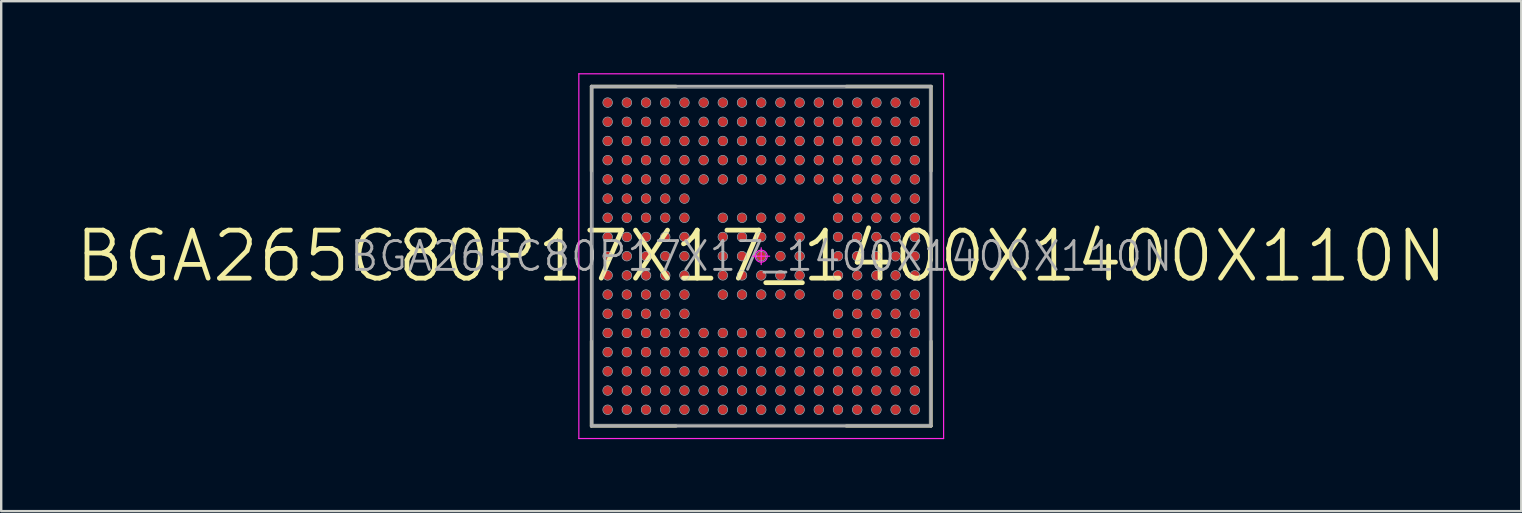
<source format=kicad_pcb>
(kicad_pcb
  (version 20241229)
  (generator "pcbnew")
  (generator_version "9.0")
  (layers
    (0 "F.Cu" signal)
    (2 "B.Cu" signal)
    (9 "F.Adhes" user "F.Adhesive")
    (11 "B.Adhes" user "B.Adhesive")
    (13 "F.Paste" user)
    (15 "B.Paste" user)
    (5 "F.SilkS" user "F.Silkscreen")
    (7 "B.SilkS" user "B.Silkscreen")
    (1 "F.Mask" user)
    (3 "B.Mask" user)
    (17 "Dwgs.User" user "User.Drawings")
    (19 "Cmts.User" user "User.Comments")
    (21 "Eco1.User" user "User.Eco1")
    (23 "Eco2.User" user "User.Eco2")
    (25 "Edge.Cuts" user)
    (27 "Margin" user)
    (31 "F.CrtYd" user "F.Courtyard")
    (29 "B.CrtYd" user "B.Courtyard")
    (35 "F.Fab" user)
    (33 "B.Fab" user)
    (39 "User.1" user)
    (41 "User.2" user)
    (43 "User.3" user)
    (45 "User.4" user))
  (footprint "BGA265C80P17X17_1400X1400X110N"
    (layer "F.Cu")
    (at 28.671 7.625)
    (property "Reference" "BGA265C80P17X17_1400X1400X110N" (at 0 0 0) (layer "F.Fab") (effects (font (size 1.2 1.2) (thickness 0.12))))
    (attr smd)
    (fp_line (start -7.08 -7.08) (end -7.08 -3.54) (stroke (width 0.12) (type solid)) (layer "F.SilkS"))
    (fp_line (start -7.08 7.08) (end -7.08 3.54) (stroke (width 0.12) (type solid)) (layer "F.SilkS"))
    (fp_line (start -3.54 -7.08) (end -7.08 -7.08) (stroke (width 0.12) (type solid)) (layer "F.SilkS"))
    (fp_line (start -3.54 7.08) (end -7.08 7.08) (stroke (width 0.12) (type solid)) (layer "F.SilkS"))
    (fp_line (start 3.54 -7.08) (end 7.08 -7.08) (stroke (width 0.12) (type solid)) (layer "F.SilkS"))
    (fp_line (start 3.54 7.08) (end 7.08 7.08) (stroke (width 0.12) (type solid)) (layer "F.SilkS"))
    (fp_line (start 7.08 -7.08) (end 7.08 -3.54) (stroke (width 0.12) (type solid)) (layer "F.SilkS"))
    (fp_line (start 7.08 7.08) (end 7.08 3.54) (stroke (width 0.12) (type solid)) (layer "F.SilkS"))
    (fp_line (start -7 -7) (end 7 -7) (stroke (width 0.025) (type solid)) (layer "Dwgs.User"))
    (fp_line (start -7 7) (end -7 -7) (stroke (width 0.025) (type solid)) (layer "Dwgs.User"))
    (fp_line (start 7 -7) (end 7 7) (stroke (width 0.025) (type solid)) (layer "Dwgs.User"))
    (fp_line (start 7 7) (end -7 7) (stroke (width 0.025) (type solid)) (layer "Dwgs.User"))
    (fp_circle (center -6.4 -6.4) (end -6.4 -6.2) (stroke (width 0.025) (type solid)) (fill no) (layer "Dwgs.User"))
    (fp_circle (center -6.4 -5.6) (end -6.4 -5.4) (stroke (width 0.025) (type solid)) (fill no) (layer "Dwgs.User"))
    (fp_circle (center -6.4 -4.8) (end -6.4 -4.6) (stroke (width 0.025) (type solid)) (fill no) (layer "Dwgs.User"))
    (fp_circle (center -6.4 -4) (end -6.4 -3.8) (stroke (width 0.025) (type solid)) (fill no) (layer "Dwgs.User"))
    (fp_circle (center -6.4 -3.2) (end -6.4 -3) (stroke (width 0.025) (type solid)) (fill no) (layer "Dwgs.User"))
    (fp_circle (center -6.4 -2.4) (end -6.4 -2.2) (stroke (width 0.025) (type solid)) (fill no) (layer "Dwgs.User"))
    (fp_circle (center -6.4 -1.6) (end -6.4 -1.4) (stroke (width 0.025) (type solid)) (fill no) (layer "Dwgs.User"))
    (fp_circle (center -6.4 -0.8) (end -6.4 -0.6) (stroke (width 0.025) (type solid)) (fill no) (layer "Dwgs.User"))
    (fp_circle (center -6.4 0) (end -6.4 0.2) (stroke (width 0.025) (type solid)) (fill no) (layer "Dwgs.User"))
    (fp_circle (center -6.4 0.8) (end -6.4 1) (stroke (width 0.025) (type solid)) (fill no) (layer "Dwgs.User"))
    (fp_circle (center -6.4 1.6) (end -6.4 1.8) (stroke (width 0.025) (type solid)) (fill no) (layer "Dwgs.User"))
    (fp_circle (center -6.4 2.4) (end -6.4 2.6) (stroke (width 0.025) (type solid)) (fill no) (layer "Dwgs.User"))
    (fp_circle (center -6.4 3.2) (end -6.4 3.4) (stroke (width 0.025) (type solid)) (fill no) (layer "Dwgs.User"))
    (fp_circle (center -6.4 4) (end -6.4 4.2) (stroke (width 0.025) (type solid)) (fill no) (layer "Dwgs.User"))
    (fp_circle (center -6.4 4.8) (end -6.4 5) (stroke (width 0.025) (type solid)) (fill no) (layer "Dwgs.User"))
    (fp_circle (center -6.4 5.6) (end -6.4 5.8) (stroke (width 0.025) (type solid)) (fill no) (layer "Dwgs.User"))
    (fp_circle (center -6.4 6.4) (end -6.4 6.6) (stroke (width 0.025) (type solid)) (fill no) (layer "Dwgs.User"))
    (fp_circle (center -5.6 -6.4) (end -5.6 -6.2) (stroke (width 0.025) (type solid)) (fill no) (layer "Dwgs.User"))
    (fp_circle (center -5.6 -5.6) (end -5.6 -5.4) (stroke (width 0.025) (type solid)) (fill no) (layer "Dwgs.User"))
    (fp_circle (center -5.6 -4.8) (end -5.6 -4.6) (stroke (width 0.025) (type solid)) (fill no) (layer "Dwgs.User"))
    (fp_circle (center -5.6 -4) (end -5.6 -3.8) (stroke (width 0.025) (type solid)) (fill no) (layer "Dwgs.User"))
    (fp_circle (center -5.6 -3.2) (end -5.6 -3) (stroke (width 0.025) (type solid)) (fill no) (layer "Dwgs.User"))
    (fp_circle (center -5.6 -2.4) (end -5.6 -2.2) (stroke (width 0.025) (type solid)) (fill no) (layer "Dwgs.User"))
    (fp_circle (center -5.6 -1.6) (end -5.6 -1.4) (stroke (width 0.025) (type solid)) (fill no) (layer "Dwgs.User"))
    (fp_circle (center -5.6 -0.8) (end -5.6 -0.6) (stroke (width 0.025) (type solid)) (fill no) (layer "Dwgs.User"))
    (fp_circle (center -5.6 0) (end -5.6 0.2) (stroke (width 0.025) (type solid)) (fill no) (layer "Dwgs.User"))
    (fp_circle (center -5.6 0.8) (end -5.6 1) (stroke (width 0.025) (type solid)) (fill no) (layer "Dwgs.User"))
    (fp_circle (center -5.6 1.6) (end -5.6 1.8) (stroke (width 0.025) (type solid)) (fill no) (layer "Dwgs.User"))
    (fp_circle (center -5.6 2.4) (end -5.6 2.6) (stroke (width 0.025) (type solid)) (fill no) (layer "Dwgs.User"))
    (fp_circle (center -5.6 3.2) (end -5.6 3.4) (stroke (width 0.025) (type solid)) (fill no) (layer "Dwgs.User"))
    (fp_circle (center -5.6 4) (end -5.6 4.2) (stroke (width 0.025) (type solid)) (fill no) (layer "Dwgs.User"))
    (fp_circle (center -5.6 4.8) (end -5.6 5) (stroke (width 0.025) (type solid)) (fill no) (layer "Dwgs.User"))
    (fp_circle (center -5.6 5.6) (end -5.6 5.8) (stroke (width 0.025) (type solid)) (fill no) (layer "Dwgs.User"))
    (fp_circle (center -5.6 6.4) (end -5.6 6.6) (stroke (width 0.025) (type solid)) (fill no) (layer "Dwgs.User"))
    (fp_circle (center -4.8 -6.4) (end -4.8 -6.2) (stroke (width 0.025) (type solid)) (fill no) (layer "Dwgs.User"))
    (fp_circle (center -4.8 -5.6) (end -4.8 -5.4) (stroke (width 0.025) (type solid)) (fill no) (layer "Dwgs.User"))
    (fp_circle (center -4.8 -4.8) (end -4.8 -4.6) (stroke (width 0.025) (type solid)) (fill no) (layer "Dwgs.User"))
    (fp_circle (center -4.8 -4) (end -4.8 -3.8) (stroke (width 0.025) (type solid)) (fill no) (layer "Dwgs.User"))
    (fp_circle (center -4.8 -3.2) (end -4.8 -3) (stroke (width 0.025) (type solid)) (fill no) (layer "Dwgs.User"))
    (fp_circle (center -4.8 -2.4) (end -4.8 -2.2) (stroke (width 0.025) (type solid)) (fill no) (layer "Dwgs.User"))
    (fp_circle (center -4.8 -1.6) (end -4.8 -1.4) (stroke (width 0.025) (type solid)) (fill no) (layer "Dwgs.User"))
    (fp_circle (center -4.8 -0.8) (end -4.8 -0.6) (stroke (width 0.025) (type solid)) (fill no) (layer "Dwgs.User"))
    (fp_circle (center -4.8 0) (end -4.8 0.2) (stroke (width 0.025) (type solid)) (fill no) (layer "Dwgs.User"))
    (fp_circle (center -4.8 0.8) (end -4.8 1) (stroke (width 0.025) (type solid)) (fill no) (layer "Dwgs.User"))
    (fp_circle (center -4.8 1.6) (end -4.8 1.8) (stroke (width 0.025) (type solid)) (fill no) (layer "Dwgs.User"))
    (fp_circle (center -4.8 2.4) (end -4.8 2.6) (stroke (width 0.025) (type solid)) (fill no) (layer "Dwgs.User"))
    (fp_circle (center -4.8 3.2) (end -4.8 3.4) (stroke (width 0.025) (type solid)) (fill no) (layer "Dwgs.User"))
    (fp_circle (center -4.8 4) (end -4.8 4.2) (stroke (width 0.025) (type solid)) (fill no) (layer "Dwgs.User"))
    (fp_circle (center -4.8 4.8) (end -4.8 5) (stroke (width 0.025) (type solid)) (fill no) (layer "Dwgs.User"))
    (fp_circle (center -4.8 5.6) (end -4.8 5.8) (stroke (width 0.025) (type solid)) (fill no) (layer "Dwgs.User"))
    (fp_circle (center -4.8 6.4) (end -4.8 6.6) (stroke (width 0.025) (type solid)) (fill no) (layer "Dwgs.User"))
    (fp_circle (center -4 -6.4) (end -4 -6.2) (stroke (width 0.025) (type solid)) (fill no) (layer "Dwgs.User"))
    (fp_circle (center -4 -5.6) (end -4 -5.4) (stroke (width 0.025) (type solid)) (fill no) (layer "Dwgs.User"))
    (fp_circle (center -4 -4.8) (end -4 -4.6) (stroke (width 0.025) (type solid)) (fill no) (layer "Dwgs.User"))
    (fp_circle (center -4 -4) (end -4 -3.8) (stroke (width 0.025) (type solid)) (fill no) (layer "Dwgs.User"))
    (fp_circle (center -4 -3.2) (end -4 -3) (stroke (width 0.025) (type solid)) (fill no) (layer "Dwgs.User"))
    (fp_circle (center -4 -2.4) (end -4 -2.2) (stroke (width 0.025) (type solid)) (fill no) (layer "Dwgs.User"))
    (fp_circle (center -4 -1.6) (end -4 -1.4) (stroke (width 0.025) (type solid)) (fill no) (layer "Dwgs.User"))
    (fp_circle (center -4 -0.8) (end -4 -0.6) (stroke (width 0.025) (type solid)) (fill no) (layer "Dwgs.User"))
    (fp_circle (center -4 0) (end -4 0.2) (stroke (width 0.025) (type solid)) (fill no) (layer "Dwgs.User"))
    (fp_circle (center -4 0.8) (end -4 1) (stroke (width 0.025) (type solid)) (fill no) (layer "Dwgs.User"))
    (fp_circle (center -4 1.6) (end -4 1.8) (stroke (width 0.025) (type solid)) (fill no) (layer "Dwgs.User"))
    (fp_circle (center -4 2.4) (end -4 2.6) (stroke (width 0.025) (type solid)) (fill no) (layer "Dwgs.User"))
    (fp_circle (center -4 3.2) (end -4 3.4) (stroke (width 0.025) (type solid)) (fill no) (layer "Dwgs.User"))
    (fp_circle (center -4 4) (end -4 4.2) (stroke (width 0.025) (type solid)) (fill no) (layer "Dwgs.User"))
    (fp_circle (center -4 4.8) (end -4 5) (stroke (width 0.025) (type solid)) (fill no) (layer "Dwgs.User"))
    (fp_circle (center -4 5.6) (end -4 5.8) (stroke (width 0.025) (type solid)) (fill no) (layer "Dwgs.User"))
    (fp_circle (center -4 6.4) (end -4 6.6) (stroke (width 0.025) (type solid)) (fill no) (layer "Dwgs.User"))
    (fp_circle (center -3.2 -6.4) (end -3.2 -6.2) (stroke (width 0.025) (type solid)) (fill no) (layer "Dwgs.User"))
    (fp_circle (center -3.2 -5.6) (end -3.2 -5.4) (stroke (width 0.025) (type solid)) (fill no) (layer "Dwgs.User"))
    (fp_circle (center -3.2 -4.8) (end -3.2 -4.6) (stroke (width 0.025) (type solid)) (fill no) (layer "Dwgs.User"))
    (fp_circle (center -3.2 -4) (end -3.2 -3.8) (stroke (width 0.025) (type solid)) (fill no) (layer "Dwgs.User"))
    (fp_circle (center -3.2 -3.2) (end -3.2 -3) (stroke (width 0.025) (type solid)) (fill no) (layer "Dwgs.User"))
    (fp_circle (center -3.2 -2.4) (end -3.2 -2.2) (stroke (width 0.025) (type solid)) (fill no) (layer "Dwgs.User"))
    (fp_circle (center -3.2 -1.6) (end -3.2 -1.4) (stroke (width 0.025) (type solid)) (fill no) (layer "Dwgs.User"))
    (fp_circle (center -3.2 -0.8) (end -3.2 -0.6) (stroke (width 0.025) (type solid)) (fill no) (layer "Dwgs.User"))
    (fp_circle (center -3.2 0) (end -3.2 0.2) (stroke (width 0.025) (type solid)) (fill no) (layer "Dwgs.User"))
    (fp_circle (center -3.2 0.8) (end -3.2 1) (stroke (width 0.025) (type solid)) (fill no) (layer "Dwgs.User"))
    (fp_circle (center -3.2 1.6) (end -3.2 1.8) (stroke (width 0.025) (type solid)) (fill no) (layer "Dwgs.User"))
    (fp_circle (center -3.2 2.4) (end -3.2 2.6) (stroke (width 0.025) (type solid)) (fill no) (layer "Dwgs.User"))
    (fp_circle (center -3.2 3.2) (end -3.2 3.4) (stroke (width 0.025) (type solid)) (fill no) (layer "Dwgs.User"))
    (fp_circle (center -3.2 4) (end -3.2 4.2) (stroke (width 0.025) (type solid)) (fill no) (layer "Dwgs.User"))
    (fp_circle (center -3.2 4.8) (end -3.2 5) (stroke (width 0.025) (type solid)) (fill no) (layer "Dwgs.User"))
    (fp_circle (center -3.2 5.6) (end -3.2 5.8) (stroke (width 0.025) (type solid)) (fill no) (layer "Dwgs.User"))
    (fp_circle (center -3.2 6.4) (end -3.2 6.6) (stroke (width 0.025) (type solid)) (fill no) (layer "Dwgs.User"))
    (fp_circle (center -2.4 -6.4) (end -2.4 -6.2) (stroke (width 0.025) (type solid)) (fill no) (layer "Dwgs.User"))
    (fp_circle (center -2.4 -5.6) (end -2.4 -5.4) (stroke (width 0.025) (type solid)) (fill no) (layer "Dwgs.User"))
    (fp_circle (center -2.4 -4.8) (end -2.4 -4.6) (stroke (width 0.025) (type solid)) (fill no) (layer "Dwgs.User"))
    (fp_circle (center -2.4 -4) (end -2.4 -3.8) (stroke (width 0.025) (type solid)) (fill no) (layer "Dwgs.User"))
    (fp_circle (center -2.4 -3.2) (end -2.4 -3) (stroke (width 0.025) (type solid)) (fill no) (layer "Dwgs.User"))
    (fp_circle (center -2.4 3.2) (end -2.4 3.4) (stroke (width 0.025) (type solid)) (fill no) (layer "Dwgs.User"))
    (fp_circle (center -2.4 4) (end -2.4 4.2) (stroke (width 0.025) (type solid)) (fill no) (layer "Dwgs.User"))
    (fp_circle (center -2.4 4.8) (end -2.4 5) (stroke (width 0.025) (type solid)) (fill no) (layer "Dwgs.User"))
    (fp_circle (center -2.4 5.6) (end -2.4 5.8) (stroke (width 0.025) (type solid)) (fill no) (layer "Dwgs.User"))
    (fp_circle (center -2.4 6.4) (end -2.4 6.6) (stroke (width 0.025) (type solid)) (fill no) (layer "Dwgs.User"))
    (fp_circle (center -1.6 -6.4) (end -1.6 -6.2) (stroke (width 0.025) (type solid)) (fill no) (layer "Dwgs.User"))
    (fp_circle (center -1.6 -5.6) (end -1.6 -5.4) (stroke (width 0.025) (type solid)) (fill no) (layer "Dwgs.User"))
    (fp_circle (center -1.6 -4.8) (end -1.6 -4.6) (stroke (width 0.025) (type solid)) (fill no) (layer "Dwgs.User"))
    (fp_circle (center -1.6 -4) (end -1.6 -3.8) (stroke (width 0.025) (type solid)) (fill no) (layer "Dwgs.User"))
    (fp_circle (center -1.6 -3.2) (end -1.6 -3) (stroke (width 0.025) (type solid)) (fill no) (layer "Dwgs.User"))
    (fp_circle (center -1.6 -1.6) (end -1.6 -1.4) (stroke (width 0.025) (type solid)) (fill no) (layer "Dwgs.User"))
    (fp_circle (center -1.6 -0.8) (end -1.6 -0.6) (stroke (width 0.025) (type solid)) (fill no) (layer "Dwgs.User"))
    (fp_circle (center -1.6 0) (end -1.6 0.2) (stroke (width 0.025) (type solid)) (fill no) (layer "Dwgs.User"))
    (fp_circle (center -1.6 0.8) (end -1.6 1) (stroke (width 0.025) (type solid)) (fill no) (layer "Dwgs.User"))
    (fp_circle (center -1.6 1.6) (end -1.6 1.8) (stroke (width 0.025) (type solid)) (fill no) (layer "Dwgs.User"))
    (fp_circle (center -1.6 3.2) (end -1.6 3.4) (stroke (width 0.025) (type solid)) (fill no) (layer "Dwgs.User"))
    (fp_circle (center -1.6 4) (end -1.6 4.2) (stroke (width 0.025) (type solid)) (fill no) (layer "Dwgs.User"))
    (fp_circle (center -1.6 4.8) (end -1.6 5) (stroke (width 0.025) (type solid)) (fill no) (layer "Dwgs.User"))
    (fp_circle (center -1.6 5.6) (end -1.6 5.8) (stroke (width 0.025) (type solid)) (fill no) (layer "Dwgs.User"))
    (fp_circle (center -1.6 6.4) (end -1.6 6.6) (stroke (width 0.025) (type solid)) (fill no) (layer "Dwgs.User"))
    (fp_circle (center -0.8 -6.4) (end -0.8 -6.2) (stroke (width 0.025) (type solid)) (fill no) (layer "Dwgs.User"))
    (fp_circle (center -0.8 -5.6) (end -0.8 -5.4) (stroke (width 0.025) (type solid)) (fill no) (layer "Dwgs.User"))
    (fp_circle (center -0.8 -4.8) (end -0.8 -4.6) (stroke (width 0.025) (type solid)) (fill no) (layer "Dwgs.User"))
    (fp_circle (center -0.8 -4) (end -0.8 -3.8) (stroke (width 0.025) (type solid)) (fill no) (layer "Dwgs.User"))
    (fp_circle (center -0.8 -3.2) (end -0.8 -3) (stroke (width 0.025) (type solid)) (fill no) (layer "Dwgs.User"))
    (fp_circle (center -0.8 -1.6) (end -0.8 -1.4) (stroke (width 0.025) (type solid)) (fill no) (layer "Dwgs.User"))
    (fp_circle (center -0.8 -0.8) (end -0.8 -0.6) (stroke (width 0.025) (type solid)) (fill no) (layer "Dwgs.User"))
    (fp_circle (center -0.8 0) (end -0.8 0.2) (stroke (width 0.025) (type solid)) (fill no) (layer "Dwgs.User"))
    (fp_circle (center -0.8 0.8) (end -0.8 1) (stroke (width 0.025) (type solid)) (fill no) (layer "Dwgs.User"))
    (fp_circle (center -0.8 1.6) (end -0.8 1.8) (stroke (width 0.025) (type solid)) (fill no) (layer "Dwgs.User"))
    (fp_circle (center -0.8 3.2) (end -0.8 3.4) (stroke (width 0.025) (type solid)) (fill no) (layer "Dwgs.User"))
    (fp_circle (center -0.8 4) (end -0.8 4.2) (stroke (width 0.025) (type solid)) (fill no) (layer "Dwgs.User"))
    (fp_circle (center -0.8 4.8) (end -0.8 5) (stroke (width 0.025) (type solid)) (fill no) (layer "Dwgs.User"))
    (fp_circle (center -0.8 5.6) (end -0.8 5.8) (stroke (width 0.025) (type solid)) (fill no) (layer "Dwgs.User"))
    (fp_circle (center -0.8 6.4) (end -0.8 6.6) (stroke (width 0.025) (type solid)) (fill no) (layer "Dwgs.User"))
    (fp_circle (center 0 -6.4) (end 0 -6.2) (stroke (width 0.025) (type solid)) (fill no) (layer "Dwgs.User"))
    (fp_circle (center 0 -5.6) (end 0 -5.4) (stroke (width 0.025) (type solid)) (fill no) (layer "Dwgs.User"))
    (fp_circle (center 0 -4.8) (end 0 -4.6) (stroke (width 0.025) (type solid)) (fill no) (layer "Dwgs.User"))
    (fp_circle (center 0 -4) (end 0 -3.8) (stroke (width 0.025) (type solid)) (fill no) (layer "Dwgs.User"))
    (fp_circle (center 0 -3.2) (end 0 -3) (stroke (width 0.025) (type solid)) (fill no) (layer "Dwgs.User"))
    (fp_circle (center 0 -1.6) (end 0 -1.4) (stroke (width 0.025) (type solid)) (fill no) (layer "Dwgs.User"))
    (fp_circle (center 0 -0.8) (end 0 -0.6) (stroke (width 0.025) (type solid)) (fill no) (layer "Dwgs.User"))
    (fp_circle (center 0 0) (end 0 0.2) (stroke (width 0.025) (type solid)) (fill no) (layer "Dwgs.User"))
    (fp_circle (center 0 0.8) (end 0 1) (stroke (width 0.025) (type solid)) (fill no) (layer "Dwgs.User"))
    (fp_circle (center 0 1.6) (end 0 1.8) (stroke (width 0.025) (type solid)) (fill no) (layer "Dwgs.User"))
    (fp_circle (center 0 3.2) (end 0 3.4) (stroke (width 0.025) (type solid)) (fill no) (layer "Dwgs.User"))
    (fp_circle (center 0 4) (end 0 4.2) (stroke (width 0.025) (type solid)) (fill no) (layer "Dwgs.User"))
    (fp_circle (center 0 4.8) (end 0 5) (stroke (width 0.025) (type solid)) (fill no) (layer "Dwgs.User"))
    (fp_circle (center 0 5.6) (end 0 5.8) (stroke (width 0.025) (type solid)) (fill no) (layer "Dwgs.User"))
    (fp_circle (center 0 6.4) (end 0 6.6) (stroke (width 0.025) (type solid)) (fill no) (layer "Dwgs.User"))
    (fp_circle (center 0.8 -6.4) (end 0.8 -6.2) (stroke (width 0.025) (type solid)) (fill no) (layer "Dwgs.User"))
    (fp_circle (center 0.8 -5.6) (end 0.8 -5.4) (stroke (width 0.025) (type solid)) (fill no) (layer "Dwgs.User"))
    (fp_circle (center 0.8 -4.8) (end 0.8 -4.6) (stroke (width 0.025) (type solid)) (fill no) (layer "Dwgs.User"))
    (fp_circle (center 0.8 -4) (end 0.8 -3.8) (stroke (width 0.025) (type solid)) (fill no) (layer "Dwgs.User"))
    (fp_circle (center 0.8 -3.2) (end 0.8 -3) (stroke (width 0.025) (type solid)) (fill no) (layer "Dwgs.User"))
    (fp_circle (center 0.8 -1.6) (end 0.8 -1.4) (stroke (width 0.025) (type solid)) (fill no) (layer "Dwgs.User"))
    (fp_circle (center 0.8 -0.8) (end 0.8 -0.6) (stroke (width 0.025) (type solid)) (fill no) (layer "Dwgs.User"))
    (fp_circle (center 0.8 0) (end 0.8 0.2) (stroke (width 0.025) (type solid)) (fill no) (layer "Dwgs.User"))
    (fp_circle (center 0.8 0.8) (end 0.8 1) (stroke (width 0.025) (type solid)) (fill no) (layer "Dwgs.User"))
    (fp_circle (center 0.8 1.6) (end 0.8 1.8) (stroke (width 0.025) (type solid)) (fill no) (layer "Dwgs.User"))
    (fp_circle (center 0.8 3.2) (end 0.8 3.4) (stroke (width 0.025) (type solid)) (fill no) (layer "Dwgs.User"))
    (fp_circle (center 0.8 4) (end 0.8 4.2) (stroke (width 0.025) (type solid)) (fill no) (layer "Dwgs.User"))
    (fp_circle (center 0.8 4.8) (end 0.8 5) (stroke (width 0.025) (type solid)) (fill no) (layer "Dwgs.User"))
    (fp_circle (center 0.8 5.6) (end 0.8 5.8) (stroke (width 0.025) (type solid)) (fill no) (layer "Dwgs.User"))
    (fp_circle (center 0.8 6.4) (end 0.8 6.6) (stroke (width 0.025) (type solid)) (fill no) (layer "Dwgs.User"))
    (fp_circle (center 1.6 -6.4) (end 1.6 -6.2) (stroke (width 0.025) (type solid)) (fill no) (layer "Dwgs.User"))
    (fp_circle (center 1.6 -5.6) (end 1.6 -5.4) (stroke (width 0.025) (type solid)) (fill no) (layer "Dwgs.User"))
    (fp_circle (center 1.6 -4.8) (end 1.6 -4.6) (stroke (width 0.025) (type solid)) (fill no) (layer "Dwgs.User"))
    (fp_circle (center 1.6 -4) (end 1.6 -3.8) (stroke (width 0.025) (type solid)) (fill no) (layer "Dwgs.User"))
    (fp_circle (center 1.6 -3.2) (end 1.6 -3) (stroke (width 0.025) (type solid)) (fill no) (layer "Dwgs.User"))
    (fp_circle (center 1.6 -1.6) (end 1.6 -1.4) (stroke (width 0.025) (type solid)) (fill no) (layer "Dwgs.User"))
    (fp_circle (center 1.6 -0.8) (end 1.6 -0.6) (stroke (width 0.025) (type solid)) (fill no) (layer "Dwgs.User"))
    (fp_circle (center 1.6 0) (end 1.6 0.2) (stroke (width 0.025) (type solid)) (fill no) (layer "Dwgs.User"))
    (fp_circle (center 1.6 0.8) (end 1.6 1) (stroke (width 0.025) (type solid)) (fill no) (layer "Dwgs.User"))
    (fp_circle (center 1.6 1.6) (end 1.6 1.8) (stroke (width 0.025) (type solid)) (fill no) (layer "Dwgs.User"))
    (fp_circle (center 1.6 3.2) (end 1.6 3.4) (stroke (width 0.025) (type solid)) (fill no) (layer "Dwgs.User"))
    (fp_circle (center 1.6 4) (end 1.6 4.2) (stroke (width 0.025) (type solid)) (fill no) (layer "Dwgs.User"))
    (fp_circle (center 1.6 4.8) (end 1.6 5) (stroke (width 0.025) (type solid)) (fill no) (layer "Dwgs.User"))
    (fp_circle (center 1.6 5.6) (end 1.6 5.8) (stroke (width 0.025) (type solid)) (fill no) (layer "Dwgs.User"))
    (fp_circle (center 1.6 6.4) (end 1.6 6.6) (stroke (width 0.025) (type solid)) (fill no) (layer "Dwgs.User"))
    (fp_circle (center 2.4 -6.4) (end 2.4 -6.2) (stroke (width 0.025) (type solid)) (fill no) (layer "Dwgs.User"))
    (fp_circle (center 2.4 -5.6) (end 2.4 -5.4) (stroke (width 0.025) (type solid)) (fill no) (layer "Dwgs.User"))
    (fp_circle (center 2.4 -4.8) (end 2.4 -4.6) (stroke (width 0.025) (type solid)) (fill no) (layer "Dwgs.User"))
    (fp_circle (center 2.4 -4) (end 2.4 -3.8) (stroke (width 0.025) (type solid)) (fill no) (layer "Dwgs.User"))
    (fp_circle (center 2.4 -3.2) (end 2.4 -3) (stroke (width 0.025) (type solid)) (fill no) (layer "Dwgs.User"))
    (fp_circle (center 2.4 3.2) (end 2.4 3.4) (stroke (width 0.025) (type solid)) (fill no) (layer "Dwgs.User"))
    (fp_circle (center 2.4 4) (end 2.4 4.2) (stroke (width 0.025) (type solid)) (fill no) (layer "Dwgs.User"))
    (fp_circle (center 2.4 4.8) (end 2.4 5) (stroke (width 0.025) (type solid)) (fill no) (layer "Dwgs.User"))
    (fp_circle (center 2.4 5.6) (end 2.4 5.8) (stroke (width 0.025) (type solid)) (fill no) (layer "Dwgs.User"))
    (fp_circle (center 2.4 6.4) (end 2.4 6.6) (stroke (width 0.025) (type solid)) (fill no) (layer "Dwgs.User"))
    (fp_circle (center 3.2 -6.4) (end 3.2 -6.2) (stroke (width 0.025) (type solid)) (fill no) (layer "Dwgs.User"))
    (fp_circle (center 3.2 -5.6) (end 3.2 -5.4) (stroke (width 0.025) (type solid)) (fill no) (layer "Dwgs.User"))
    (fp_circle (center 3.2 -4.8) (end 3.2 -4.6) (stroke (width 0.025) (type solid)) (fill no) (layer "Dwgs.User"))
    (fp_circle (center 3.2 -4) (end 3.2 -3.8) (stroke (width 0.025) (type solid)) (fill no) (layer "Dwgs.User"))
    (fp_circle (center 3.2 -3.2) (end 3.2 -3) (stroke (width 0.025) (type solid)) (fill no) (layer "Dwgs.User"))
    (fp_circle (center 3.2 -2.4) (end 3.2 -2.2) (stroke (width 0.025) (type solid)) (fill no) (layer "Dwgs.User"))
    (fp_circle (center 3.2 -1.6) (end 3.2 -1.4) (stroke (width 0.025) (type solid)) (fill no) (layer "Dwgs.User"))
    (fp_circle (center 3.2 -0.8) (end 3.2 -0.6) (stroke (width 0.025) (type solid)) (fill no) (layer "Dwgs.User"))
    (fp_circle (center 3.2 0) (end 3.2 0.2) (stroke (width 0.025) (type solid)) (fill no) (layer "Dwgs.User"))
    (fp_circle (center 3.2 0.8) (end 3.2 1) (stroke (width 0.025) (type solid)) (fill no) (layer "Dwgs.User"))
    (fp_circle (center 3.2 1.6) (end 3.2 1.8) (stroke (width 0.025) (type solid)) (fill no) (layer "Dwgs.User"))
    (fp_circle (center 3.2 2.4) (end 3.2 2.6) (stroke (width 0.025) (type solid)) (fill no) (layer "Dwgs.User"))
    (fp_circle (center 3.2 3.2) (end 3.2 3.4) (stroke (width 0.025) (type solid)) (fill no) (layer "Dwgs.User"))
    (fp_circle (center 3.2 4) (end 3.2 4.2) (stroke (width 0.025) (type solid)) (fill no) (layer "Dwgs.User"))
    (fp_circle (center 3.2 4.8) (end 3.2 5) (stroke (width 0.025) (type solid)) (fill no) (layer "Dwgs.User"))
    (fp_circle (center 3.2 5.6) (end 3.2 5.8) (stroke (width 0.025) (type solid)) (fill no) (layer "Dwgs.User"))
    (fp_circle (center 3.2 6.4) (end 3.2 6.6) (stroke (width 0.025) (type solid)) (fill no) (layer "Dwgs.User"))
    (fp_circle (center 4 -6.4) (end 4 -6.2) (stroke (width 0.025) (type solid)) (fill no) (layer "Dwgs.User"))
    (fp_circle (center 4 -5.6) (end 4 -5.4) (stroke (width 0.025) (type solid)) (fill no) (layer "Dwgs.User"))
    (fp_circle (center 4 -4.8) (end 4 -4.6) (stroke (width 0.025) (type solid)) (fill no) (layer "Dwgs.User"))
    (fp_circle (center 4 -4) (end 4 -3.8) (stroke (width 0.025) (type solid)) (fill no) (layer "Dwgs.User"))
    (fp_circle (center 4 -3.2) (end 4 -3) (stroke (width 0.025) (type solid)) (fill no) (layer "Dwgs.User"))
    (fp_circle (center 4 -2.4) (end 4 -2.2) (stroke (width 0.025) (type solid)) (fill no) (layer "Dwgs.User"))
    (fp_circle (center 4 -1.6) (end 4 -1.4) (stroke (width 0.025) (type solid)) (fill no) (layer "Dwgs.User"))
    (fp_circle (center 4 -0.8) (end 4 -0.6) (stroke (width 0.025) (type solid)) (fill no) (layer "Dwgs.User"))
    (fp_circle (center 4 0) (end 4 0.2) (stroke (width 0.025) (type solid)) (fill no) (layer "Dwgs.User"))
    (fp_circle (center 4 0.8) (end 4 1) (stroke (width 0.025) (type solid)) (fill no) (layer "Dwgs.User"))
    (fp_circle (center 4 1.6) (end 4 1.8) (stroke (width 0.025) (type solid)) (fill no) (layer "Dwgs.User"))
    (fp_circle (center 4 2.4) (end 4 2.6) (stroke (width 0.025) (type solid)) (fill no) (layer "Dwgs.User"))
    (fp_circle (center 4 3.2) (end 4 3.4) (stroke (width 0.025) (type solid)) (fill no) (layer "Dwgs.User"))
    (fp_circle (center 4 4) (end 4 4.2) (stroke (width 0.025) (type solid)) (fill no) (layer "Dwgs.User"))
    (fp_circle (center 4 4.8) (end 4 5) (stroke (width 0.025) (type solid)) (fill no) (layer "Dwgs.User"))
    (fp_circle (center 4 5.6) (end 4 5.8) (stroke (width 0.025) (type solid)) (fill no) (layer "Dwgs.User"))
    (fp_circle (center 4 6.4) (end 4 6.6) (stroke (width 0.025) (type solid)) (fill no) (layer "Dwgs.User"))
    (fp_circle (center 4.8 -6.4) (end 4.8 -6.2) (stroke (width 0.025) (type solid)) (fill no) (layer "Dwgs.User"))
    (fp_circle (center 4.8 -5.6) (end 4.8 -5.4) (stroke (width 0.025) (type solid)) (fill no) (layer "Dwgs.User"))
    (fp_circle (center 4.8 -4.8) (end 4.8 -4.6) (stroke (width 0.025) (type solid)) (fill no) (layer "Dwgs.User"))
    (fp_circle (center 4.8 -4) (end 4.8 -3.8) (stroke (width 0.025) (type solid)) (fill no) (layer "Dwgs.User"))
    (fp_circle (center 4.8 -3.2) (end 4.8 -3) (stroke (width 0.025) (type solid)) (fill no) (layer "Dwgs.User"))
    (fp_circle (center 4.8 -2.4) (end 4.8 -2.2) (stroke (width 0.025) (type solid)) (fill no) (layer "Dwgs.User"))
    (fp_circle (center 4.8 -1.6) (end 4.8 -1.4) (stroke (width 0.025) (type solid)) (fill no) (layer "Dwgs.User"))
    (fp_circle (center 4.8 -0.8) (end 4.8 -0.6) (stroke (width 0.025) (type solid)) (fill no) (layer "Dwgs.User"))
    (fp_circle (center 4.8 0) (end 4.8 0.2) (stroke (width 0.025) (type solid)) (fill no) (layer "Dwgs.User"))
    (fp_circle (center 4.8 0.8) (end 4.8 1) (stroke (width 0.025) (type solid)) (fill no) (layer "Dwgs.User"))
    (fp_circle (center 4.8 1.6) (end 4.8 1.8) (stroke (width 0.025) (type solid)) (fill no) (layer "Dwgs.User"))
    (fp_circle (center 4.8 2.4) (end 4.8 2.6) (stroke (width 0.025) (type solid)) (fill no) (layer "Dwgs.User"))
    (fp_circle (center 4.8 3.2) (end 4.8 3.4) (stroke (width 0.025) (type solid)) (fill no) (layer "Dwgs.User"))
    (fp_circle (center 4.8 4) (end 4.8 4.2) (stroke (width 0.025) (type solid)) (fill no) (layer "Dwgs.User"))
    (fp_circle (center 4.8 4.8) (end 4.8 5) (stroke (width 0.025) (type solid)) (fill no) (layer "Dwgs.User"))
    (fp_circle (center 4.8 5.6) (end 4.8 5.8) (stroke (width 0.025) (type solid)) (fill no) (layer "Dwgs.User"))
    (fp_circle (center 4.8 6.4) (end 4.8 6.6) (stroke (width 0.025) (type solid)) (fill no) (layer "Dwgs.User"))
    (fp_circle (center 5.6 -6.4) (end 5.6 -6.2) (stroke (width 0.025) (type solid)) (fill no) (layer "Dwgs.User"))
    (fp_circle (center 5.6 -5.6) (end 5.6 -5.4) (stroke (width 0.025) (type solid)) (fill no) (layer "Dwgs.User"))
    (fp_circle (center 5.6 -4.8) (end 5.6 -4.6) (stroke (width 0.025) (type solid)) (fill no) (layer "Dwgs.User"))
    (fp_circle (center 5.6 -4) (end 5.6 -3.8) (stroke (width 0.025) (type solid)) (fill no) (layer "Dwgs.User"))
    (fp_circle (center 5.6 -3.2) (end 5.6 -3) (stroke (width 0.025) (type solid)) (fill no) (layer "Dwgs.User"))
    (fp_circle (center 5.6 -2.4) (end 5.6 -2.2) (stroke (width 0.025) (type solid)) (fill no) (layer "Dwgs.User"))
    (fp_circle (center 5.6 -1.6) (end 5.6 -1.4) (stroke (width 0.025) (type solid)) (fill no) (layer "Dwgs.User"))
    (fp_circle (center 5.6 -0.8) (end 5.6 -0.6) (stroke (width 0.025) (type solid)) (fill no) (layer "Dwgs.User"))
    (fp_circle (center 5.6 0) (end 5.6 0.2) (stroke (width 0.025) (type solid)) (fill no) (layer "Dwgs.User"))
    (fp_circle (center 5.6 0.8) (end 5.6 1) (stroke (width 0.025) (type solid)) (fill no) (layer "Dwgs.User"))
    (fp_circle (center 5.6 1.6) (end 5.6 1.8) (stroke (width 0.025) (type solid)) (fill no) (layer "Dwgs.User"))
    (fp_circle (center 5.6 2.4) (end 5.6 2.6) (stroke (width 0.025) (type solid)) (fill no) (layer "Dwgs.User"))
    (fp_circle (center 5.6 3.2) (end 5.6 3.4) (stroke (width 0.025) (type solid)) (fill no) (layer "Dwgs.User"))
    (fp_circle (center 5.6 4) (end 5.6 4.2) (stroke (width 0.025) (type solid)) (fill no) (layer "Dwgs.User"))
    (fp_circle (center 5.6 4.8) (end 5.6 5) (stroke (width 0.025) (type solid)) (fill no) (layer "Dwgs.User"))
    (fp_circle (center 5.6 5.6) (end 5.6 5.8) (stroke (width 0.025) (type solid)) (fill no) (layer "Dwgs.User"))
    (fp_circle (center 5.6 6.4) (end 5.6 6.6) (stroke (width 0.025) (type solid)) (fill no) (layer "Dwgs.User"))
    (fp_circle (center 6.4 -6.4) (end 6.4 -6.2) (stroke (width 0.025) (type solid)) (fill no) (layer "Dwgs.User"))
    (fp_circle (center 6.4 -5.6) (end 6.4 -5.4) (stroke (width 0.025) (type solid)) (fill no) (layer "Dwgs.User"))
    (fp_circle (center 6.4 -4.8) (end 6.4 -4.6) (stroke (width 0.025) (type solid)) (fill no) (layer "Dwgs.User"))
    (fp_circle (center 6.4 -4) (end 6.4 -3.8) (stroke (width 0.025) (type solid)) (fill no) (layer "Dwgs.User"))
    (fp_circle (center 6.4 -3.2) (end 6.4 -3) (stroke (width 0.025) (type solid)) (fill no) (layer "Dwgs.User"))
    (fp_circle (center 6.4 -2.4) (end 6.4 -2.2) (stroke (width 0.025) (type solid)) (fill no) (layer "Dwgs.User"))
    (fp_circle (center 6.4 -1.6) (end 6.4 -1.4) (stroke (width 0.025) (type solid)) (fill no) (layer "Dwgs.User"))
    (fp_circle (center 6.4 -0.8) (end 6.4 -0.6) (stroke (width 0.025) (type solid)) (fill no) (layer "Dwgs.User"))
    (fp_circle (center 6.4 0) (end 6.4 0.2) (stroke (width 0.025) (type solid)) (fill no) (layer "Dwgs.User"))
    (fp_circle (center 6.4 0.8) (end 6.4 1) (stroke (width 0.025) (type solid)) (fill no) (layer "Dwgs.User"))
    (fp_circle (center 6.4 1.6) (end 6.4 1.8) (stroke (width 0.025) (type solid)) (fill no) (layer "Dwgs.User"))
    (fp_circle (center 6.4 2.4) (end 6.4 2.6) (stroke (width 0.025) (type solid)) (fill no) (layer "Dwgs.User"))
    (fp_circle (center 6.4 3.2) (end 6.4 3.4) (stroke (width 0.025) (type solid)) (fill no) (layer "Dwgs.User"))
    (fp_circle (center 6.4 4) (end 6.4 4.2) (stroke (width 0.025) (type solid)) (fill no) (layer "Dwgs.User"))
    (fp_circle (center 6.4 4.8) (end 6.4 5) (stroke (width 0.025) (type solid)) (fill no) (layer "Dwgs.User"))
    (fp_circle (center 6.4 5.6) (end 6.4 5.8) (stroke (width 0.025) (type solid)) (fill no) (layer "Dwgs.User"))
    (fp_circle (center 6.4 6.4) (end 6.4 6.6) (stroke (width 0.025) (type solid)) (fill no) (layer "Dwgs.User"))
    (fp_line (start -7.6 -7.6) (end 7.6 -7.6) (stroke (width 0.05) (type solid)) (layer "F.CrtYd"))
    (fp_line (start -7.6 7.6) (end -7.6 -7.6) (stroke (width 0.05) (type solid)) (layer "F.CrtYd"))
    (fp_line (start -0.35 0) (end 0.35 0) (stroke (width 0.05) (type solid)) (layer "F.CrtYd"))
    (fp_line (start 0 -0.35) (end 0 0.35) (stroke (width 0.05) (type solid)) (layer "F.CrtYd"))
    (fp_line (start 7.6 -7.6) (end 7.6 7.6) (stroke (width 0.05) (type solid)) (layer "F.CrtYd"))
    (fp_line (start 7.6 7.6) (end -7.6 7.6) (stroke (width 0.05) (type solid)) (layer "F.CrtYd"))
    (fp_circle (center 0 0) (end 0 0.25) (stroke (width 0.05) (type solid)) (fill no) (layer "F.CrtYd"))
    (fp_line (start -7.08 -7.08) (end 7.08 -7.08) (stroke (width 0.12) (type solid)) (layer "F.Fab"))
    (fp_line (start -7.08 7.08) (end -7.08 -7.08) (stroke (width 0.12) (type solid)) (layer "F.Fab"))
    (fp_line (start 7.08 -7.08) (end 7.08 7.08) (stroke (width 0.12) (type solid)) (layer "F.Fab"))
    (fp_line (start 7.08 7.08) (end -7.08 7.08) (stroke (width 0.12) (type solid)) (layer "F.Fab"))
    (fp_text user "${REFERENCE}" (at 0 0 0) (layer "F.SilkS") (effects (font (size 2 2) (thickness 0.2))))
    (pad "A1" smd circle (at -6.4 6.4) (size 0.37 0.37) (layers "F.Cu" "F.Mask" "F.Paste"))
    (pad "A2" smd circle (at -6.4 5.6) (size 0.37 0.37) (layers "F.Cu" "F.Mask" "F.Paste"))
    (pad "A3" smd circle (at -6.4 4.8) (size 0.37 0.37) (layers "F.Cu" "F.Mask" "F.Paste"))
    (pad "A4" smd circle (at -6.4 4) (size 0.37 0.37) (layers "F.Cu" "F.Mask" "F.Paste"))
    (pad "A5" smd circle (at -6.4 3.2) (size 0.37 0.37) (layers "F.Cu" "F.Mask" "F.Paste"))
    (pad "A6" smd circle (at -6.4 2.4) (size 0.37 0.37) (layers "F.Cu" "F.Mask" "F.Paste"))
    (pad "A7" smd circle (at -6.4 1.6) (size 0.37 0.37) (layers "F.Cu" "F.Mask" "F.Paste"))
    (pad "A8" smd circle (at -6.4 0.8) (size 0.37 0.37) (layers "F.Cu" "F.Mask" "F.Paste"))
    (pad "A9" smd circle (at -6.4 0) (size 0.37 0.37) (layers "F.Cu" "F.Mask" "F.Paste"))
    (pad "A10" smd circle (at -6.4 -0.8) (size 0.37 0.37) (layers "F.Cu" "F.Mask" "F.Paste"))
    (pad "A11" smd circle (at -6.4 -1.6) (size 0.37 0.37) (layers "F.Cu" "F.Mask" "F.Paste"))
    (pad "A12" smd circle (at -6.4 -2.4) (size 0.37 0.37) (layers "F.Cu" "F.Mask" "F.Paste"))
    (pad "A13" smd circle (at -6.4 -3.2) (size 0.37 0.37) (layers "F.Cu" "F.Mask" "F.Paste"))
    (pad "A14" smd circle (at -6.4 -4) (size 0.37 0.37) (layers "F.Cu" "F.Mask" "F.Paste"))
    (pad "A15" smd circle (at -6.4 -4.8) (size 0.37 0.37) (layers "F.Cu" "F.Mask" "F.Paste"))
    (pad "A16" smd circle (at -6.4 -5.6) (size 0.37 0.37) (layers "F.Cu" "F.Mask" "F.Paste"))
    (pad "A17" smd circle (at -6.4 -6.4) (size 0.37 0.37) (layers "F.Cu" "F.Mask" "F.Paste"))
    (pad "B1" smd circle (at -5.6 6.4) (size 0.37 0.37) (layers "F.Cu" "F.Mask" "F.Paste"))
    (pad "B2" smd circle (at -5.6 5.6) (size 0.37 0.37) (layers "F.Cu" "F.Mask" "F.Paste"))
    (pad "B3" smd circle (at -5.6 4.8) (size 0.37 0.37) (layers "F.Cu" "F.Mask" "F.Paste"))
    (pad "B4" smd circle (at -5.6 4) (size 0.37 0.37) (layers "F.Cu" "F.Mask" "F.Paste"))
    (pad "B5" smd circle (at -5.6 3.2) (size 0.37 0.37) (layers "F.Cu" "F.Mask" "F.Paste"))
    (pad "B6" smd circle (at -5.6 2.4) (size 0.37 0.37) (layers "F.Cu" "F.Mask" "F.Paste"))
    (pad "B7" smd circle (at -5.6 1.6) (size 0.37 0.37) (layers "F.Cu" "F.Mask" "F.Paste"))
    (pad "B8" smd circle (at -5.6 0.8) (size 0.37 0.37) (layers "F.Cu" "F.Mask" "F.Paste"))
    (pad "B9" smd circle (at -5.6 0) (size 0.37 0.37) (layers "F.Cu" "F.Mask" "F.Paste"))
    (pad "B10" smd circle (at -5.6 -0.8) (size 0.37 0.37) (layers "F.Cu" "F.Mask" "F.Paste"))
    (pad "B11" smd circle (at -5.6 -1.6) (size 0.37 0.37) (layers "F.Cu" "F.Mask" "F.Paste"))
    (pad "B12" smd circle (at -5.6 -2.4) (size 0.37 0.37) (layers "F.Cu" "F.Mask" "F.Paste"))
    (pad "B13" smd circle (at -5.6 -3.2) (size 0.37 0.37) (layers "F.Cu" "F.Mask" "F.Paste"))
    (pad "B14" smd circle (at -5.6 -4) (size 0.37 0.37) (layers "F.Cu" "F.Mask" "F.Paste"))
    (pad "B15" smd circle (at -5.6 -4.8) (size 0.37 0.37) (layers "F.Cu" "F.Mask" "F.Paste"))
    (pad "B16" smd circle (at -5.6 -5.6) (size 0.37 0.37) (layers "F.Cu" "F.Mask" "F.Paste"))
    (pad "B17" smd circle (at -5.6 -6.4) (size 0.37 0.37) (layers "F.Cu" "F.Mask" "F.Paste"))
    (pad "C1" smd circle (at -4.8 6.4) (size 0.37 0.37) (layers "F.Cu" "F.Mask" "F.Paste"))
    (pad "C2" smd circle (at -4.8 5.6) (size 0.37 0.37) (layers "F.Cu" "F.Mask" "F.Paste"))
    (pad "C3" smd circle (at -4.8 4.8) (size 0.37 0.37) (layers "F.Cu" "F.Mask" "F.Paste"))
    (pad "C4" smd circle (at -4.8 4) (size 0.37 0.37) (layers "F.Cu" "F.Mask" "F.Paste"))
    (pad "C5" smd circle (at -4.8 3.2) (size 0.37 0.37) (layers "F.Cu" "F.Mask" "F.Paste"))
    (pad "C6" smd circle (at -4.8 2.4) (size 0.37 0.37) (layers "F.Cu" "F.Mask" "F.Paste"))
    (pad "C7" smd circle (at -4.8 1.6) (size 0.37 0.37) (layers "F.Cu" "F.Mask" "F.Paste"))
    (pad "C8" smd circle (at -4.8 0.8) (size 0.37 0.37) (layers "F.Cu" "F.Mask" "F.Paste"))
    (pad "C9" smd circle (at -4.8 0) (size 0.37 0.37) (layers "F.Cu" "F.Mask" "F.Paste"))
    (pad "C10" smd circle (at -4.8 -0.8) (size 0.37 0.37) (layers "F.Cu" "F.Mask" "F.Paste"))
    (pad "C11" smd circle (at -4.8 -1.6) (size 0.37 0.37) (layers "F.Cu" "F.Mask" "F.Paste"))
    (pad "C12" smd circle (at -4.8 -2.4) (size 0.37 0.37) (layers "F.Cu" "F.Mask" "F.Paste"))
    (pad "C13" smd circle (at -4.8 -3.2) (size 0.37 0.37) (layers "F.Cu" "F.Mask" "F.Paste"))
    (pad "C14" smd circle (at -4.8 -4) (size 0.37 0.37) (layers "F.Cu" "F.Mask" "F.Paste"))
    (pad "C15" smd circle (at -4.8 -4.8) (size 0.37 0.37) (layers "F.Cu" "F.Mask" "F.Paste"))
    (pad "C16" smd circle (at -4.8 -5.6) (size 0.37 0.37) (layers "F.Cu" "F.Mask" "F.Paste"))
    (pad "C17" smd circle (at -4.8 -6.4) (size 0.37 0.37) (layers "F.Cu" "F.Mask" "F.Paste"))
    (pad "D1" smd circle (at -4 6.4) (size 0.37 0.37) (layers "F.Cu" "F.Mask" "F.Paste"))
    (pad "D2" smd circle (at -4 5.6) (size 0.37 0.37) (layers "F.Cu" "F.Mask" "F.Paste"))
    (pad "D3" smd circle (at -4 4.8) (size 0.37 0.37) (layers "F.Cu" "F.Mask" "F.Paste"))
    (pad "D4" smd circle (at -4 4) (size 0.37 0.37) (layers "F.Cu" "F.Mask" "F.Paste"))
    (pad "D5" smd circle (at -4 3.2) (size 0.37 0.37) (layers "F.Cu" "F.Mask" "F.Paste"))
    (pad "D6" smd circle (at -4 2.4) (size 0.37 0.37) (layers "F.Cu" "F.Mask" "F.Paste"))
    (pad "D7" smd circle (at -4 1.6) (size 0.37 0.37) (layers "F.Cu" "F.Mask" "F.Paste"))
    (pad "D8" smd circle (at -4 0.8) (size 0.37 0.37) (layers "F.Cu" "F.Mask" "F.Paste"))
    (pad "D9" smd circle (at -4 0) (size 0.37 0.37) (layers "F.Cu" "F.Mask" "F.Paste"))
    (pad "D10" smd circle (at -4 -0.8) (size 0.37 0.37) (layers "F.Cu" "F.Mask" "F.Paste"))
    (pad "D11" smd circle (at -4 -1.6) (size 0.37 0.37) (layers "F.Cu" "F.Mask" "F.Paste"))
    (pad "D12" smd circle (at -4 -2.4) (size 0.37 0.37) (layers "F.Cu" "F.Mask" "F.Paste"))
    (pad "D13" smd circle (at -4 -3.2) (size 0.37 0.37) (layers "F.Cu" "F.Mask" "F.Paste"))
    (pad "D14" smd circle (at -4 -4) (size 0.37 0.37) (layers "F.Cu" "F.Mask" "F.Paste"))
    (pad "D15" smd circle (at -4 -4.8) (size 0.37 0.37) (layers "F.Cu" "F.Mask" "F.Paste"))
    (pad "D16" smd circle (at -4 -5.6) (size 0.37 0.37) (layers "F.Cu" "F.Mask" "F.Paste"))
    (pad "D17" smd circle (at -4 -6.4) (size 0.37 0.37) (layers "F.Cu" "F.Mask" "F.Paste"))
    (pad "E1" smd circle (at -3.2 6.4) (size 0.37 0.37) (layers "F.Cu" "F.Mask" "F.Paste"))
    (pad "E2" smd circle (at -3.2 5.6) (size 0.37 0.37) (layers "F.Cu" "F.Mask" "F.Paste"))
    (pad "E3" smd circle (at -3.2 4.8) (size 0.37 0.37) (layers "F.Cu" "F.Mask" "F.Paste"))
    (pad "E4" smd circle (at -3.2 4) (size 0.37 0.37) (layers "F.Cu" "F.Mask" "F.Paste"))
    (pad "E5" smd circle (at -3.2 3.2) (size 0.37 0.37) (layers "F.Cu" "F.Mask" "F.Paste"))
    (pad "E6" smd circle (at -3.2 2.4) (size 0.37 0.37) (layers "F.Cu" "F.Mask" "F.Paste"))
    (pad "E7" smd circle (at -3.2 1.6) (size 0.37 0.37) (layers "F.Cu" "F.Mask" "F.Paste"))
    (pad "E8" smd circle (at -3.2 0.8) (size 0.37 0.37) (layers "F.Cu" "F.Mask" "F.Paste"))
    (pad "E9" smd circle (at -3.2 0) (size 0.37 0.37) (layers "F.Cu" "F.Mask" "F.Paste"))
    (pad "E10" smd circle (at -3.2 -0.8) (size 0.37 0.37) (layers "F.Cu" "F.Mask" "F.Paste"))
    (pad "E11" smd circle (at -3.2 -1.6) (size 0.37 0.37) (layers "F.Cu" "F.Mask" "F.Paste"))
    (pad "E12" smd circle (at -3.2 -2.4) (size 0.37 0.37) (layers "F.Cu" "F.Mask" "F.Paste"))
    (pad "E13" smd circle (at -3.2 -3.2) (size 0.37 0.37) (layers "F.Cu" "F.Mask" "F.Paste"))
    (pad "E14" smd circle (at -3.2 -4) (size 0.37 0.37) (layers "F.Cu" "F.Mask" "F.Paste"))
    (pad "E15" smd circle (at -3.2 -4.8) (size 0.37 0.37) (layers "F.Cu" "F.Mask" "F.Paste"))
    (pad "E16" smd circle (at -3.2 -5.6) (size 0.37 0.37) (layers "F.Cu" "F.Mask" "F.Paste"))
    (pad "E17" smd circle (at -3.2 -6.4) (size 0.37 0.37) (layers "F.Cu" "F.Mask" "F.Paste"))
    (pad "F1" smd circle (at -2.4 6.4) (size 0.37 0.37) (layers "F.Cu" "F.Mask" "F.Paste"))
    (pad "F2" smd circle (at -2.4 5.6) (size 0.37 0.37) (layers "F.Cu" "F.Mask" "F.Paste"))
    (pad "F3" smd circle (at -2.4 4.8) (size 0.37 0.37) (layers "F.Cu" "F.Mask" "F.Paste"))
    (pad "F4" smd circle (at -2.4 4) (size 0.37 0.37) (layers "F.Cu" "F.Mask" "F.Paste"))
    (pad "F5" smd circle (at -2.4 3.2) (size 0.37 0.37) (layers "F.Cu" "F.Mask" "F.Paste"))
    (pad "F13" smd circle (at -2.4 -3.2) (size 0.37 0.37) (layers "F.Cu" "F.Mask" "F.Paste"))
    (pad "F14" smd circle (at -2.4 -4) (size 0.37 0.37) (layers "F.Cu" "F.Mask" "F.Paste"))
    (pad "F15" smd circle (at -2.4 -4.8) (size 0.37 0.37) (layers "F.Cu" "F.Mask" "F.Paste"))
    (pad "F16" smd circle (at -2.4 -5.6) (size 0.37 0.37) (layers "F.Cu" "F.Mask" "F.Paste"))
    (pad "F17" smd circle (at -2.4 -6.4) (size 0.37 0.37) (layers "F.Cu" "F.Mask" "F.Paste"))
    (pad "G1" smd circle (at -1.6 6.4) (size 0.37 0.37) (layers "F.Cu" "F.Mask" "F.Paste"))
    (pad "G2" smd circle (at -1.6 5.6) (size 0.37 0.37) (layers "F.Cu" "F.Mask" "F.Paste"))
    (pad "G3" smd circle (at -1.6 4.8) (size 0.37 0.37) (layers "F.Cu" "F.Mask" "F.Paste"))
    (pad "G4" smd circle (at -1.6 4) (size 0.37 0.37) (layers "F.Cu" "F.Mask" "F.Paste"))
    (pad "G5" smd circle (at -1.6 3.2) (size 0.37 0.37) (layers "F.Cu" "F.Mask" "F.Paste"))
    (pad "G7" smd circle (at -1.6 1.6) (size 0.37 0.37) (layers "F.Cu" "F.Mask" "F.Paste"))
    (pad "G8" smd circle (at -1.6 0.8) (size 0.37 0.37) (layers "F.Cu" "F.Mask" "F.Paste"))
    (pad "G9" smd circle (at -1.6 0) (size 0.37 0.37) (layers "F.Cu" "F.Mask" "F.Paste"))
    (pad "G10" smd circle (at -1.6 -0.8) (size 0.37 0.37) (layers "F.Cu" "F.Mask" "F.Paste"))
    (pad "G11" smd circle (at -1.6 -1.6) (size 0.37 0.37) (layers "F.Cu" "F.Mask" "F.Paste"))
    (pad "G13" smd circle (at -1.6 -3.2) (size 0.37 0.37) (layers "F.Cu" "F.Mask" "F.Paste"))
    (pad "G14" smd circle (at -1.6 -4) (size 0.37 0.37) (layers "F.Cu" "F.Mask" "F.Paste"))
    (pad "G15" smd circle (at -1.6 -4.8) (size 0.37 0.37) (layers "F.Cu" "F.Mask" "F.Paste"))
    (pad "G16" smd circle (at -1.6 -5.6) (size 0.37 0.37) (layers "F.Cu" "F.Mask" "F.Paste"))
    (pad "G17" smd circle (at -1.6 -6.4) (size 0.37 0.37) (layers "F.Cu" "F.Mask" "F.Paste"))
    (pad "H1" smd circle (at -0.8 6.4) (size 0.37 0.37) (layers "F.Cu" "F.Mask" "F.Paste"))
    (pad "H2" smd circle (at -0.8 5.6) (size 0.37 0.37) (layers "F.Cu" "F.Mask" "F.Paste"))
    (pad "H3" smd circle (at -0.8 4.8) (size 0.37 0.37) (layers "F.Cu" "F.Mask" "F.Paste"))
    (pad "H4" smd circle (at -0.8 4) (size 0.37 0.37) (layers "F.Cu" "F.Mask" "F.Paste"))
    (pad "H5" smd circle (at -0.8 3.2) (size 0.37 0.37) (layers "F.Cu" "F.Mask" "F.Paste"))
    (pad "H7" smd circle (at -0.8 1.6) (size 0.37 0.37) (layers "F.Cu" "F.Mask" "F.Paste"))
    (pad "H8" smd circle (at -0.8 0.8) (size 0.37 0.37) (layers "F.Cu" "F.Mask" "F.Paste"))
    (pad "H9" smd circle (at -0.8 0) (size 0.37 0.37) (layers "F.Cu" "F.Mask" "F.Paste"))
    (pad "H10" smd circle (at -0.8 -0.8) (size 0.37 0.37) (layers "F.Cu" "F.Mask" "F.Paste"))
    (pad "H11" smd circle (at -0.8 -1.6) (size 0.37 0.37) (layers "F.Cu" "F.Mask" "F.Paste"))
    (pad "H13" smd circle (at -0.8 -3.2) (size 0.37 0.37) (layers "F.Cu" "F.Mask" "F.Paste"))
    (pad "H14" smd circle (at -0.8 -4) (size 0.37 0.37) (layers "F.Cu" "F.Mask" "F.Paste"))
    (pad "H15" smd circle (at -0.8 -4.8) (size 0.37 0.37) (layers "F.Cu" "F.Mask" "F.Paste"))
    (pad "H16" smd circle (at -0.8 -5.6) (size 0.37 0.37) (layers "F.Cu" "F.Mask" "F.Paste"))
    (pad "H17" smd circle (at -0.8 -6.4) (size 0.37 0.37) (layers "F.Cu" "F.Mask" "F.Paste"))
    (pad "J1" smd circle (at 0 6.4) (size 0.37 0.37) (layers "F.Cu" "F.Mask" "F.Paste"))
    (pad "J2" smd circle (at 0 5.6) (size 0.37 0.37) (layers "F.Cu" "F.Mask" "F.Paste"))
    (pad "J3" smd circle (at 0 4.8) (size 0.37 0.37) (layers "F.Cu" "F.Mask" "F.Paste"))
    (pad "J4" smd circle (at 0 4) (size 0.37 0.37) (layers "F.Cu" "F.Mask" "F.Paste"))
    (pad "J5" smd circle (at 0 3.2) (size 0.37 0.37) (layers "F.Cu" "F.Mask" "F.Paste"))
    (pad "J7" smd circle (at 0 1.6) (size 0.37 0.37) (layers "F.Cu" "F.Mask" "F.Paste"))
    (pad "J8" smd circle (at 0 0.8) (size 0.37 0.37) (layers "F.Cu" "F.Mask" "F.Paste"))
    (pad "J9" smd circle (at 0 0) (size 0.37 0.37) (layers "F.Cu" "F.Mask" "F.Paste"))
    (pad "J10" smd circle (at 0 -0.8) (size 0.37 0.37) (layers "F.Cu" "F.Mask" "F.Paste"))
    (pad "J11" smd circle (at 0 -1.6) (size 0.37 0.37) (layers "F.Cu" "F.Mask" "F.Paste"))
    (pad "J13" smd circle (at 0 -3.2) (size 0.37 0.37) (layers "F.Cu" "F.Mask" "F.Paste"))
    (pad "J14" smd circle (at 0 -4) (size 0.37 0.37) (layers "F.Cu" "F.Mask" "F.Paste"))
    (pad "J15" smd circle (at 0 -4.8) (size 0.37 0.37) (layers "F.Cu" "F.Mask" "F.Paste"))
    (pad "J16" smd circle (at 0 -5.6) (size 0.37 0.37) (layers "F.Cu" "F.Mask" "F.Paste"))
    (pad "J17" smd circle (at 0 -6.4) (size 0.37 0.37) (layers "F.Cu" "F.Mask" "F.Paste"))
    (pad "K1" smd circle (at 0.8 6.4) (size 0.37 0.37) (layers "F.Cu" "F.Mask" "F.Paste"))
    (pad "K2" smd circle (at 0.8 5.6) (size 0.37 0.37) (layers "F.Cu" "F.Mask" "F.Paste"))
    (pad "K3" smd circle (at 0.8 4.8) (size 0.37 0.37) (layers "F.Cu" "F.Mask" "F.Paste"))
    (pad "K4" smd circle (at 0.8 4) (size 0.37 0.37) (layers "F.Cu" "F.Mask" "F.Paste"))
    (pad "K5" smd circle (at 0.8 3.2) (size 0.37 0.37) (layers "F.Cu" "F.Mask" "F.Paste"))
    (pad "K7" smd circle (at 0.8 1.6) (size 0.37 0.37) (layers "F.Cu" "F.Mask" "F.Paste"))
    (pad "K8" smd circle (at 0.8 0.8) (size 0.37 0.37) (layers "F.Cu" "F.Mask" "F.Paste"))
    (pad "K9" smd circle (at 0.8 0) (size 0.37 0.37) (layers "F.Cu" "F.Mask" "F.Paste"))
    (pad "K10" smd circle (at 0.8 -0.8) (size 0.37 0.37) (layers "F.Cu" "F.Mask" "F.Paste"))
    (pad "K11" smd circle (at 0.8 -1.6) (size 0.37 0.37) (layers "F.Cu" "F.Mask" "F.Paste"))
    (pad "K13" smd circle (at 0.8 -3.2) (size 0.37 0.37) (layers "F.Cu" "F.Mask" "F.Paste"))
    (pad "K14" smd circle (at 0.8 -4) (size 0.37 0.37) (layers "F.Cu" "F.Mask" "F.Paste"))
    (pad "K15" smd circle (at 0.8 -4.8) (size 0.37 0.37) (layers "F.Cu" "F.Mask" "F.Paste"))
    (pad "K16" smd circle (at 0.8 -5.6) (size 0.37 0.37) (layers "F.Cu" "F.Mask" "F.Paste"))
    (pad "K17" smd circle (at 0.8 -6.4) (size 0.37 0.37) (layers "F.Cu" "F.Mask" "F.Paste"))
    (pad "L1" smd circle (at 1.6 6.4) (size 0.37 0.37) (layers "F.Cu" "F.Mask" "F.Paste"))
    (pad "L2" smd circle (at 1.6 5.6) (size 0.37 0.37) (layers "F.Cu" "F.Mask" "F.Paste"))
    (pad "L3" smd circle (at 1.6 4.8) (size 0.37 0.37) (layers "F.Cu" "F.Mask" "F.Paste"))
    (pad "L4" smd circle (at 1.6 4) (size 0.37 0.37) (layers "F.Cu" "F.Mask" "F.Paste"))
    (pad "L5" smd circle (at 1.6 3.2) (size 0.37 0.37) (layers "F.Cu" "F.Mask" "F.Paste"))
    (pad "L7" smd circle (at 1.6 1.6) (size 0.37 0.37) (layers "F.Cu" "F.Mask" "F.Paste"))
    (pad "L8" smd circle (at 1.6 0.8) (size 0.37 0.37) (layers "F.Cu" "F.Mask" "F.Paste"))
    (pad "L9" smd circle (at 1.6 0) (size 0.37 0.37) (layers "F.Cu" "F.Mask" "F.Paste"))
    (pad "L10" smd circle (at 1.6 -0.8) (size 0.37 0.37) (layers "F.Cu" "F.Mask" "F.Paste"))
    (pad "L11" smd circle (at 1.6 -1.6) (size 0.37 0.37) (layers "F.Cu" "F.Mask" "F.Paste"))
    (pad "L13" smd circle (at 1.6 -3.2) (size 0.37 0.37) (layers "F.Cu" "F.Mask" "F.Paste"))
    (pad "L14" smd circle (at 1.6 -4) (size 0.37 0.37) (layers "F.Cu" "F.Mask" "F.Paste"))
    (pad "L15" smd circle (at 1.6 -4.8) (size 0.37 0.37) (layers "F.Cu" "F.Mask" "F.Paste"))
    (pad "L16" smd circle (at 1.6 -5.6) (size 0.37 0.37) (layers "F.Cu" "F.Mask" "F.Paste"))
    (pad "L17" smd circle (at 1.6 -6.4) (size 0.37 0.37) (layers "F.Cu" "F.Mask" "F.Paste"))
    (pad "M1" smd circle (at 2.4 6.4) (size 0.37 0.37) (layers "F.Cu" "F.Mask" "F.Paste"))
    (pad "M2" smd circle (at 2.4 5.6) (size 0.37 0.37) (layers "F.Cu" "F.Mask" "F.Paste"))
    (pad "M3" smd circle (at 2.4 4.8) (size 0.37 0.37) (layers "F.Cu" "F.Mask" "F.Paste"))
    (pad "M4" smd circle (at 2.4 4) (size 0.37 0.37) (layers "F.Cu" "F.Mask" "F.Paste"))
    (pad "M5" smd circle (at 2.4 3.2) (size 0.37 0.37) (layers "F.Cu" "F.Mask" "F.Paste"))
    (pad "M13" smd circle (at 2.4 -3.2) (size 0.37 0.37) (layers "F.Cu" "F.Mask" "F.Paste"))
    (pad "M14" smd circle (at 2.4 -4) (size 0.37 0.37) (layers "F.Cu" "F.Mask" "F.Paste"))
    (pad "M15" smd circle (at 2.4 -4.8) (size 0.37 0.37) (layers "F.Cu" "F.Mask" "F.Paste"))
    (pad "M16" smd circle (at 2.4 -5.6) (size 0.37 0.37) (layers "F.Cu" "F.Mask" "F.Paste"))
    (pad "M17" smd circle (at 2.4 -6.4) (size 0.37 0.37) (layers "F.Cu" "F.Mask" "F.Paste"))
    (pad "N1" smd circle (at 3.2 6.4) (size 0.37 0.37) (layers "F.Cu" "F.Mask" "F.Paste"))
    (pad "N2" smd circle (at 3.2 5.6) (size 0.37 0.37) (layers "F.Cu" "F.Mask" "F.Paste"))
    (pad "N3" smd circle (at 3.2 4.8) (size 0.37 0.37) (layers "F.Cu" "F.Mask" "F.Paste"))
    (pad "N4" smd circle (at 3.2 4) (size 0.37 0.37) (layers "F.Cu" "F.Mask" "F.Paste"))
    (pad "N5" smd circle (at 3.2 3.2) (size 0.37 0.37) (layers "F.Cu" "F.Mask" "F.Paste"))
    (pad "N6" smd circle (at 3.2 2.4) (size 0.37 0.37) (layers "F.Cu" "F.Mask" "F.Paste"))
    (pad "N7" smd circle (at 3.2 1.6) (size 0.37 0.37) (layers "F.Cu" "F.Mask" "F.Paste"))
    (pad "N8" smd circle (at 3.2 0.8) (size 0.37 0.37) (layers "F.Cu" "F.Mask" "F.Paste"))
    (pad "N9" smd circle (at 3.2 0) (size 0.37 0.37) (layers "F.Cu" "F.Mask" "F.Paste"))
    (pad "N10" smd circle (at 3.2 -0.8) (size 0.37 0.37) (layers "F.Cu" "F.Mask" "F.Paste"))
    (pad "N11" smd circle (at 3.2 -1.6) (size 0.37 0.37) (layers "F.Cu" "F.Mask" "F.Paste"))
    (pad "N12" smd circle (at 3.2 -2.4) (size 0.37 0.37) (layers "F.Cu" "F.Mask" "F.Paste"))
    (pad "N13" smd circle (at 3.2 -3.2) (size 0.37 0.37) (layers "F.Cu" "F.Mask" "F.Paste"))
    (pad "N14" smd circle (at 3.2 -4) (size 0.37 0.37) (layers "F.Cu" "F.Mask" "F.Paste"))
    (pad "N15" smd circle (at 3.2 -4.8) (size 0.37 0.37) (layers "F.Cu" "F.Mask" "F.Paste"))
    (pad "N16" smd circle (at 3.2 -5.6) (size 0.37 0.37) (layers "F.Cu" "F.Mask" "F.Paste"))
    (pad "N17" smd circle (at 3.2 -6.4) (size 0.37 0.37) (layers "F.Cu" "F.Mask" "F.Paste"))
    (pad "P1" smd circle (at 4 6.4) (size 0.37 0.37) (layers "F.Cu" "F.Mask" "F.Paste"))
    (pad "P2" smd circle (at 4 5.6) (size 0.37 0.37) (layers "F.Cu" "F.Mask" "F.Paste"))
    (pad "P3" smd circle (at 4 4.8) (size 0.37 0.37) (layers "F.Cu" "F.Mask" "F.Paste"))
    (pad "P4" smd circle (at 4 4) (size 0.37 0.37) (layers "F.Cu" "F.Mask" "F.Paste"))
    (pad "P5" smd circle (at 4 3.2) (size 0.37 0.37) (layers "F.Cu" "F.Mask" "F.Paste"))
    (pad "P6" smd circle (at 4 2.4) (size 0.37 0.37) (layers "F.Cu" "F.Mask" "F.Paste"))
    (pad "P7" smd circle (at 4 1.6) (size 0.37 0.37) (layers "F.Cu" "F.Mask" "F.Paste"))
    (pad "P8" smd circle (at 4 0.8) (size 0.37 0.37) (layers "F.Cu" "F.Mask" "F.Paste"))
    (pad "P9" smd circle (at 4 0) (size 0.37 0.37) (layers "F.Cu" "F.Mask" "F.Paste"))
    (pad "P10" smd circle (at 4 -0.8) (size 0.37 0.37) (layers "F.Cu" "F.Mask" "F.Paste"))
    (pad "P11" smd circle (at 4 -1.6) (size 0.37 0.37) (layers "F.Cu" "F.Mask" "F.Paste"))
    (pad "P12" smd circle (at 4 -2.4) (size 0.37 0.37) (layers "F.Cu" "F.Mask" "F.Paste"))
    (pad "P13" smd circle (at 4 -3.2) (size 0.37 0.37) (layers "F.Cu" "F.Mask" "F.Paste"))
    (pad "P14" smd circle (at 4 -4) (size 0.37 0.37) (layers "F.Cu" "F.Mask" "F.Paste"))
    (pad "P15" smd circle (at 4 -4.8) (size 0.37 0.37) (layers "F.Cu" "F.Mask" "F.Paste"))
    (pad "P16" smd circle (at 4 -5.6) (size 0.37 0.37) (layers "F.Cu" "F.Mask" "F.Paste"))
    (pad "P17" smd circle (at 4 -6.4) (size 0.37 0.37) (layers "F.Cu" "F.Mask" "F.Paste"))
    (pad "R1" smd circle (at 4.8 6.4) (size 0.37 0.37) (layers "F.Cu" "F.Mask" "F.Paste"))
    (pad "R2" smd circle (at 4.8 5.6) (size 0.37 0.37) (layers "F.Cu" "F.Mask" "F.Paste"))
    (pad "R3" smd circle (at 4.8 4.8) (size 0.37 0.37) (layers "F.Cu" "F.Mask" "F.Paste"))
    (pad "R4" smd circle (at 4.8 4) (size 0.37 0.37) (layers "F.Cu" "F.Mask" "F.Paste"))
    (pad "R5" smd circle (at 4.8 3.2) (size 0.37 0.37) (layers "F.Cu" "F.Mask" "F.Paste"))
    (pad "R6" smd circle (at 4.8 2.4) (size 0.37 0.37) (layers "F.Cu" "F.Mask" "F.Paste"))
    (pad "R7" smd circle (at 4.8 1.6) (size 0.37 0.37) (layers "F.Cu" "F.Mask" "F.Paste"))
    (pad "R8" smd circle (at 4.8 0.8) (size 0.37 0.37) (layers "F.Cu" "F.Mask" "F.Paste"))
    (pad "R9" smd circle (at 4.8 0) (size 0.37 0.37) (layers "F.Cu" "F.Mask" "F.Paste"))
    (pad "R10" smd circle (at 4.8 -0.8) (size 0.37 0.37) (layers "F.Cu" "F.Mask" "F.Paste"))
    (pad "R11" smd circle (at 4.8 -1.6) (size 0.37 0.37) (layers "F.Cu" "F.Mask" "F.Paste"))
    (pad "R12" smd circle (at 4.8 -2.4) (size 0.37 0.37) (layers "F.Cu" "F.Mask" "F.Paste"))
    (pad "R13" smd circle (at 4.8 -3.2) (size 0.37 0.37) (layers "F.Cu" "F.Mask" "F.Paste"))
    (pad "R14" smd circle (at 4.8 -4) (size 0.37 0.37) (layers "F.Cu" "F.Mask" "F.Paste"))
    (pad "R15" smd circle (at 4.8 -4.8) (size 0.37 0.37) (layers "F.Cu" "F.Mask" "F.Paste"))
    (pad "R16" smd circle (at 4.8 -5.6) (size 0.37 0.37) (layers "F.Cu" "F.Mask" "F.Paste"))
    (pad "R17" smd circle (at 4.8 -6.4) (size 0.37 0.37) (layers "F.Cu" "F.Mask" "F.Paste"))
    (pad "T1" smd circle (at 5.6 6.4) (size 0.37 0.37) (layers "F.Cu" "F.Mask" "F.Paste"))
    (pad "T2" smd circle (at 5.6 5.6) (size 0.37 0.37) (layers "F.Cu" "F.Mask" "F.Paste"))
    (pad "T3" smd circle (at 5.6 4.8) (size 0.37 0.37) (layers "F.Cu" "F.Mask" "F.Paste"))
    (pad "T4" smd circle (at 5.6 4) (size 0.37 0.37) (layers "F.Cu" "F.Mask" "F.Paste"))
    (pad "T5" smd circle (at 5.6 3.2) (size 0.37 0.37) (layers "F.Cu" "F.Mask" "F.Paste"))
    (pad "T6" smd circle (at 5.6 2.4) (size 0.37 0.37) (layers "F.Cu" "F.Mask" "F.Paste"))
    (pad "T7" smd circle (at 5.6 1.6) (size 0.37 0.37) (layers "F.Cu" "F.Mask" "F.Paste"))
    (pad "T8" smd circle (at 5.6 0.8) (size 0.37 0.37) (layers "F.Cu" "F.Mask" "F.Paste"))
    (pad "T9" smd circle (at 5.6 0) (size 0.37 0.37) (layers "F.Cu" "F.Mask" "F.Paste"))
    (pad "T10" smd circle (at 5.6 -0.8) (size 0.37 0.37) (layers "F.Cu" "F.Mask" "F.Paste"))
    (pad "T11" smd circle (at 5.6 -1.6) (size 0.37 0.37) (layers "F.Cu" "F.Mask" "F.Paste"))
    (pad "T12" smd circle (at 5.6 -2.4) (size 0.37 0.37) (layers "F.Cu" "F.Mask" "F.Paste"))
    (pad "T13" smd circle (at 5.6 -3.2) (size 0.37 0.37) (layers "F.Cu" "F.Mask" "F.Paste"))
    (pad "T14" smd circle (at 5.6 -4) (size 0.37 0.37) (layers "F.Cu" "F.Mask" "F.Paste"))
    (pad "T15" smd circle (at 5.6 -4.8) (size 0.37 0.37) (layers "F.Cu" "F.Mask" "F.Paste"))
    (pad "T16" smd circle (at 5.6 -5.6) (size 0.37 0.37) (layers "F.Cu" "F.Mask" "F.Paste"))
    (pad "T17" smd circle (at 5.6 -6.4) (size 0.37 0.37) (layers "F.Cu" "F.Mask" "F.Paste"))
    (pad "U1" smd circle (at 6.4 6.4) (size 0.37 0.37) (layers "F.Cu" "F.Mask" "F.Paste"))
    (pad "U2" smd circle (at 6.4 5.6) (size 0.37 0.37) (layers "F.Cu" "F.Mask" "F.Paste"))
    (pad "U3" smd circle (at 6.4 4.8) (size 0.37 0.37) (layers "F.Cu" "F.Mask" "F.Paste"))
    (pad "U4" smd circle (at 6.4 4) (size 0.37 0.37) (layers "F.Cu" "F.Mask" "F.Paste"))
    (pad "U5" smd circle (at 6.4 3.2) (size 0.37 0.37) (layers "F.Cu" "F.Mask" "F.Paste"))
    (pad "U6" smd circle (at 6.4 2.4) (size 0.37 0.37) (layers "F.Cu" "F.Mask" "F.Paste"))
    (pad "U7" smd circle (at 6.4 1.6) (size 0.37 0.37) (layers "F.Cu" "F.Mask" "F.Paste"))
    (pad "U8" smd circle (at 6.4 0.8) (size 0.37 0.37) (layers "F.Cu" "F.Mask" "F.Paste"))
    (pad "U9" smd circle (at 6.4 0) (size 0.37 0.37) (layers "F.Cu" "F.Mask" "F.Paste"))
    (pad "U10" smd circle (at 6.4 -0.8) (size 0.37 0.37) (layers "F.Cu" "F.Mask" "F.Paste"))
    (pad "U11" smd circle (at 6.4 -1.6) (size 0.37 0.37) (layers "F.Cu" "F.Mask" "F.Paste"))
    (pad "U12" smd circle (at 6.4 -2.4) (size 0.37 0.37) (layers "F.Cu" "F.Mask" "F.Paste"))
    (pad "U13" smd circle (at 6.4 -3.2) (size 0.37 0.37) (layers "F.Cu" "F.Mask" "F.Paste"))
    (pad "U14" smd circle (at 6.4 -4) (size 0.37 0.37) (layers "F.Cu" "F.Mask" "F.Paste"))
    (pad "U15" smd circle (at 6.4 -4.8) (size 0.37 0.37) (layers "F.Cu" "F.Mask" "F.Paste"))
    (pad "U16" smd circle (at 6.4 -5.6) (size 0.37 0.37) (layers "F.Cu" "F.Mask" "F.Paste"))
    (pad "U17" smd circle (at 6.4 -6.4) (size 0.37 0.37) (layers "F.Cu" "F.Mask" "F.Paste")))
  (gr_rect
    (start -3 -3)
    (end 60.343 18.25)
    (stroke (width 0.1) (type default))
    (fill no)
    (layer "Edge.Cuts")))
</source>
